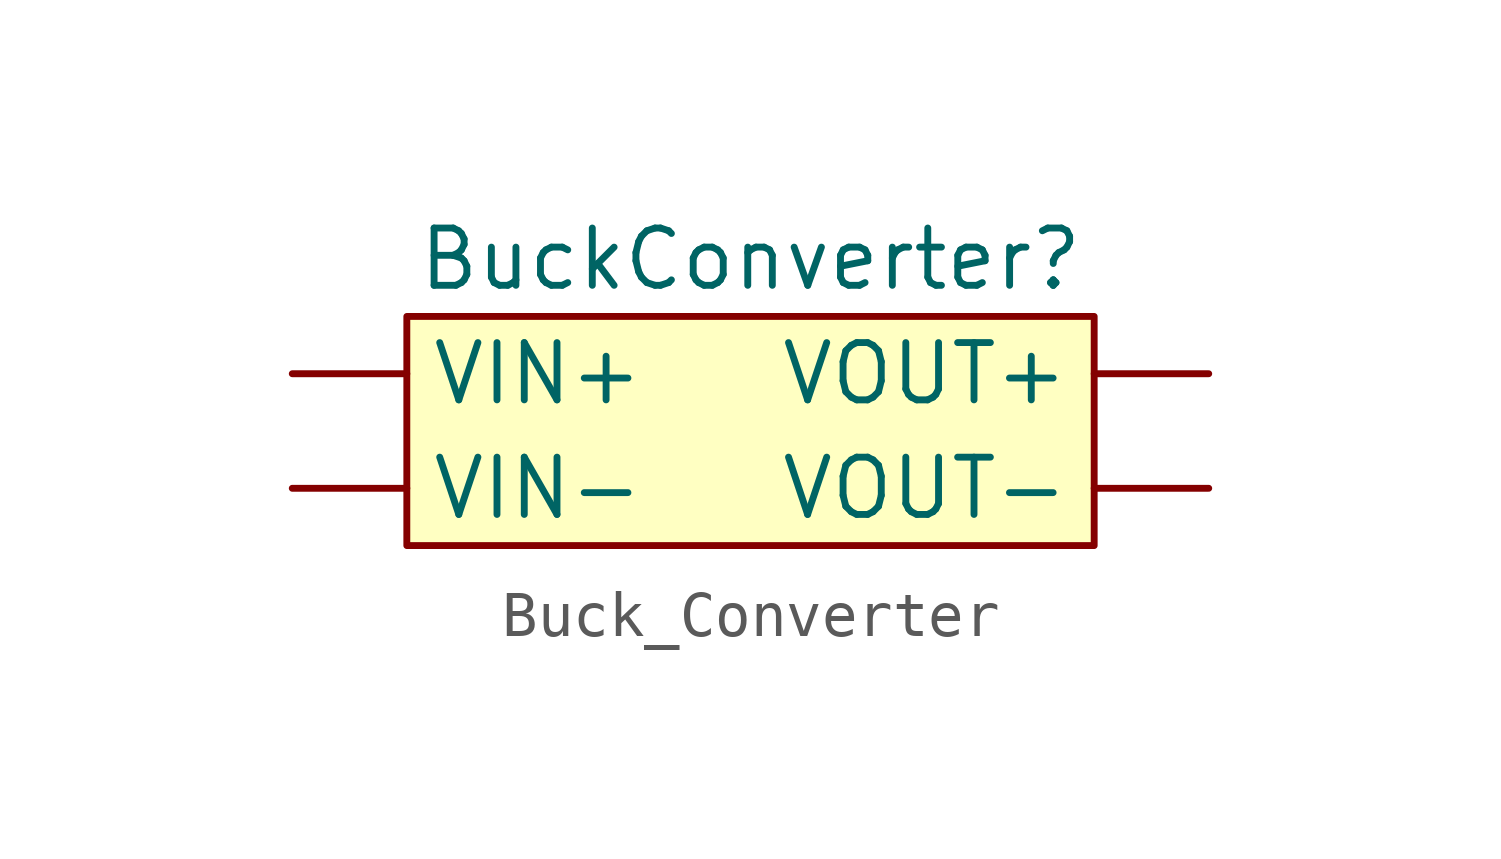
<source format=kicad_sym>
(kicad_symbol_lib
  (version 20231120)
  (generator "kicad_symbol_editor")
  (generator_version "8.0")
  (symbol "Buck_Converter"
    (property "Reference" "BuckConverter"
      (at 0 0 0)
      (effects (font (size 1.27 1.27))))
    (property "Value" ""
      (at 0 0 0)
      (effects (font (size 1.27 1.27))))
    (symbol "Buck_Converter_0_1"
      (rectangle (start -7.62 -1.27) (end 7.62 -6.35) (stroke (width 0) (type default)) (fill (type background))))
    (symbol "Buck_Converter_1_1"
      (pin output line (at -10.16 -2.54 0) (length 2.54) (name "VIN+" (effects (font (size 1.27 1.27)))) (number "" (effects (font (size 1.27 1.27)))))
      (pin output line (at -10.16 -5.08 0) (length 2.54) (name "VIN-" (effects (font (size 1.27 1.27)))) (number "" (effects (font (size 1.27 1.27)))))
      (pin output line (at 10.16 -2.54 180) (length 2.54) (name "VOUT+" (effects (font (size 1.27 1.27)))) (number "" (effects (font (size 1.27 1.27)))))
      (pin output line (at 10.16 -5.08 180) (length 2.54) (name "VOUT-" (effects (font (size 1.27 1.27)))) (number "" (effects (font (size 1.27 1.27))))))))
</source>
